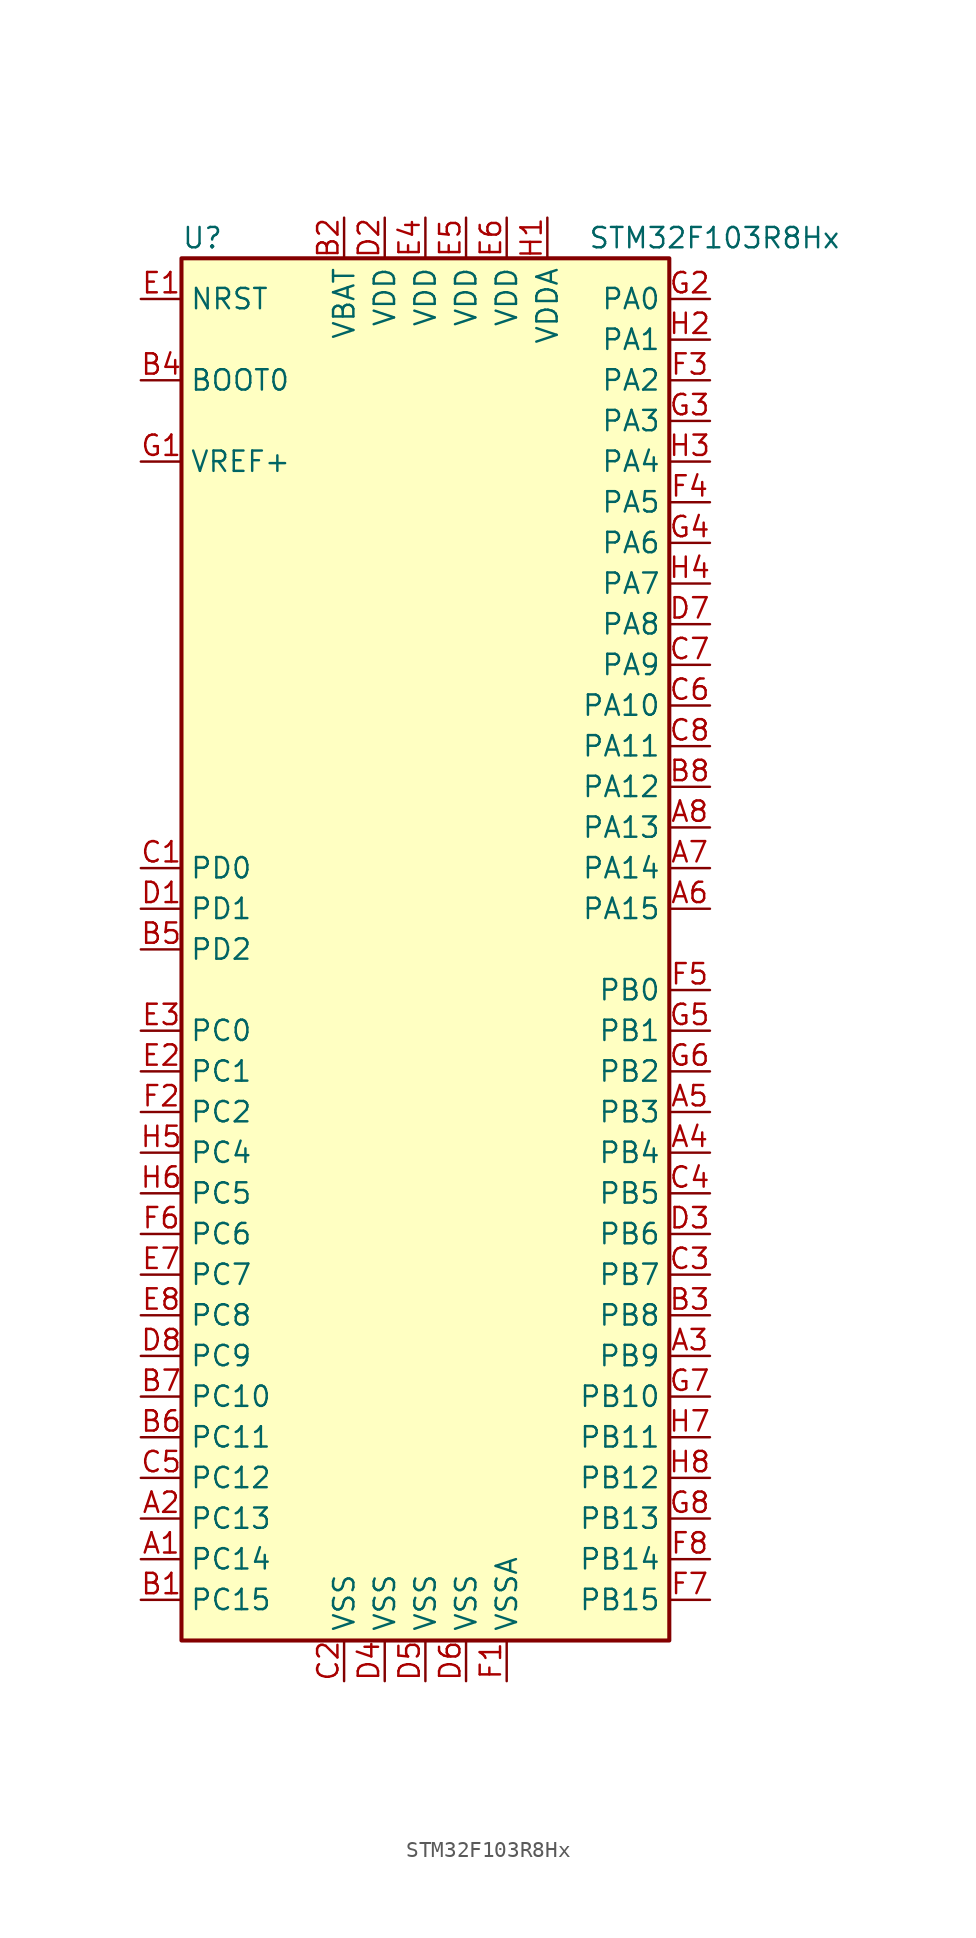
<source format=kicad_sym>
(kicad_symbol_lib
  (version 20201005)
  (generator kicad_symbol_editor)
  (symbol "STM32F103R8Hx"
    (property "Reference" "U"
      (at -15.24 44.45 0)
      (effects (font (size 1.27 1.27)) (justify left)))
    (property "Value" "STM32F103R8Hx"
      (at 10.16 44.45 0)
      (effects (font (size 1.27 1.27)) (justify left)))
    (symbol "STM32F103R8Hx_0_1"
      (rectangle (start -15.24 -43.18) (end 15.24 43.18) (stroke (width 0.254)) (fill (type background))))
    (symbol "STM32F103R8Hx_1_1"
      (pin bidirectional line (at -17.78 -38.1 0) (length 2.54) (name "PC14" (effects (font (size 1.27 1.27)))) (number "A1" (effects (font (size 1.27 1.27)))))
      (pin bidirectional line (at -17.78 -35.56 0) (length 2.54) (name "PC13" (effects (font (size 1.27 1.27)))) (number "A2" (effects (font (size 1.27 1.27)))))
      (pin bidirectional line (at 17.78 -25.4 180) (length 2.54) (name "PB9" (effects (font (size 1.27 1.27)))) (number "A3" (effects (font (size 1.27 1.27)))))
      (pin bidirectional line (at 17.78 -12.7 180) (length 2.54) (name "PB4" (effects (font (size 1.27 1.27)))) (number "A4" (effects (font (size 1.27 1.27)))))
      (pin bidirectional line (at 17.78 -10.16 180) (length 2.54) (name "PB3" (effects (font (size 1.27 1.27)))) (number "A5" (effects (font (size 1.27 1.27)))))
      (pin bidirectional line (at 17.78 2.54 180) (length 2.54) (name "PA15" (effects (font (size 1.27 1.27)))) (number "A6" (effects (font (size 1.27 1.27)))))
      (pin bidirectional line (at 17.78 5.08 180) (length 2.54) (name "PA14" (effects (font (size 1.27 1.27)))) (number "A7" (effects (font (size 1.27 1.27)))))
      (pin bidirectional line (at 17.78 7.62 180) (length 2.54) (name "PA13" (effects (font (size 1.27 1.27)))) (number "A8" (effects (font (size 1.27 1.27)))))
      (pin bidirectional line (at -17.78 -40.64 0) (length 2.54) (name "PC15" (effects (font (size 1.27 1.27)))) (number "B1" (effects (font (size 1.27 1.27)))))
      (pin power_in line (at -5.08 45.72 270) (length 2.54) (name "VBAT" (effects (font (size 1.27 1.27)))) (number "B2" (effects (font (size 1.27 1.27)))))
      (pin bidirectional line (at 17.78 -22.86 180) (length 2.54) (name "PB8" (effects (font (size 1.27 1.27)))) (number "B3" (effects (font (size 1.27 1.27)))))
      (pin input line (at -17.78 35.56 0) (length 2.54) (name "BOOT0" (effects (font (size 1.27 1.27)))) (number "B4" (effects (font (size 1.27 1.27)))))
      (pin bidirectional line (at -17.78 0 0) (length 2.54) (name "PD2" (effects (font (size 1.27 1.27)))) (number "B5" (effects (font (size 1.27 1.27)))))
      (pin bidirectional line (at -17.78 -30.48 0) (length 2.54) (name "PC11" (effects (font (size 1.27 1.27)))) (number "B6" (effects (font (size 1.27 1.27)))))
      (pin bidirectional line (at -17.78 -27.94 0) (length 2.54) (name "PC10" (effects (font (size 1.27 1.27)))) (number "B7" (effects (font (size 1.27 1.27)))))
      (pin bidirectional line (at 17.78 10.16 180) (length 2.54) (name "PA12" (effects (font (size 1.27 1.27)))) (number "B8" (effects (font (size 1.27 1.27)))))
      (pin input line (at -17.78 5.08 0) (length 2.54) (name "PD0" (effects (font (size 1.27 1.27)))) (number "C1" (effects (font (size 1.27 1.27)))))
      (pin power_in line (at -5.08 -45.72 90) (length 2.54) (name "VSS" (effects (font (size 1.27 1.27)))) (number "C2" (effects (font (size 1.27 1.27)))))
      (pin bidirectional line (at 17.78 -20.32 180) (length 2.54) (name "PB7" (effects (font (size 1.27 1.27)))) (number "C3" (effects (font (size 1.27 1.27)))))
      (pin bidirectional line (at 17.78 -15.24 180) (length 2.54) (name "PB5" (effects (font (size 1.27 1.27)))) (number "C4" (effects (font (size 1.27 1.27)))))
      (pin bidirectional line (at -17.78 -33.02 0) (length 2.54) (name "PC12" (effects (font (size 1.27 1.27)))) (number "C5" (effects (font (size 1.27 1.27)))))
      (pin bidirectional line (at 17.78 15.24 180) (length 2.54) (name "PA10" (effects (font (size 1.27 1.27)))) (number "C6" (effects (font (size 1.27 1.27)))))
      (pin bidirectional line (at 17.78 17.78 180) (length 2.54) (name "PA9" (effects (font (size 1.27 1.27)))) (number "C7" (effects (font (size 1.27 1.27)))))
      (pin bidirectional line (at 17.78 12.7 180) (length 2.54) (name "PA11" (effects (font (size 1.27 1.27)))) (number "C8" (effects (font (size 1.27 1.27)))))
      (pin input line (at -17.78 2.54 0) (length 2.54) (name "PD1" (effects (font (size 1.27 1.27)))) (number "D1" (effects (font (size 1.27 1.27)))))
      (pin power_in line (at -2.54 45.72 270) (length 2.54) (name "VDD" (effects (font (size 1.27 1.27)))) (number "D2" (effects (font (size 1.27 1.27)))))
      (pin bidirectional line (at 17.78 -17.78 180) (length 2.54) (name "PB6" (effects (font (size 1.27 1.27)))) (number "D3" (effects (font (size 1.27 1.27)))))
      (pin power_in line (at -2.54 -45.72 90) (length 2.54) (name "VSS" (effects (font (size 1.27 1.27)))) (number "D4" (effects (font (size 1.27 1.27)))))
      (pin power_in line (at 0 -45.72 90) (length 2.54) (name "VSS" (effects (font (size 1.27 1.27)))) (number "D5" (effects (font (size 1.27 1.27)))))
      (pin power_in line (at 2.54 -45.72 90) (length 2.54) (name "VSS" (effects (font (size 1.27 1.27)))) (number "D6" (effects (font (size 1.27 1.27)))))
      (pin bidirectional line (at 17.78 20.32 180) (length 2.54) (name "PA8" (effects (font (size 1.27 1.27)))) (number "D7" (effects (font (size 1.27 1.27)))))
      (pin bidirectional line (at -17.78 -25.4 0) (length 2.54) (name "PC9" (effects (font (size 1.27 1.27)))) (number "D8" (effects (font (size 1.27 1.27)))))
      (pin input line (at -17.78 40.64 0) (length 2.54) (name "NRST" (effects (font (size 1.27 1.27)))) (number "E1" (effects (font (size 1.27 1.27)))))
      (pin bidirectional line (at -17.78 -7.62 0) (length 2.54) (name "PC1" (effects (font (size 1.27 1.27)))) (number "E2" (effects (font (size 1.27 1.27)))))
      (pin bidirectional line (at -17.78 -5.08 0) (length 2.54) (name "PC0" (effects (font (size 1.27 1.27)))) (number "E3" (effects (font (size 1.27 1.27)))))
      (pin power_in line (at 0 45.72 270) (length 2.54) (name "VDD" (effects (font (size 1.27 1.27)))) (number "E4" (effects (font (size 1.27 1.27)))))
      (pin power_in line (at 2.54 45.72 270) (length 2.54) (name "VDD" (effects (font (size 1.27 1.27)))) (number "E5" (effects (font (size 1.27 1.27)))))
      (pin power_in line (at 5.08 45.72 270) (length 2.54) (name "VDD" (effects (font (size 1.27 1.27)))) (number "E6" (effects (font (size 1.27 1.27)))))
      (pin bidirectional line (at -17.78 -20.32 0) (length 2.54) (name "PC7" (effects (font (size 1.27 1.27)))) (number "E7" (effects (font (size 1.27 1.27)))))
      (pin bidirectional line (at -17.78 -22.86 0) (length 2.54) (name "PC8" (effects (font (size 1.27 1.27)))) (number "E8" (effects (font (size 1.27 1.27)))))
      (pin power_in line (at 5.08 -45.72 90) (length 2.54) (name "VSSA" (effects (font (size 1.27 1.27)))) (number "F1" (effects (font (size 1.27 1.27)))))
      (pin bidirectional line (at -17.78 -10.16 0) (length 2.54) (name "PC2" (effects (font (size 1.27 1.27)))) (number "F2" (effects (font (size 1.27 1.27)))))
      (pin bidirectional line (at 17.78 35.56 180) (length 2.54) (name "PA2" (effects (font (size 1.27 1.27)))) (number "F3" (effects (font (size 1.27 1.27)))))
      (pin bidirectional line (at 17.78 27.94 180) (length 2.54) (name "PA5" (effects (font (size 1.27 1.27)))) (number "F4" (effects (font (size 1.27 1.27)))))
      (pin bidirectional line (at 17.78 -2.54 180) (length 2.54) (name "PB0" (effects (font (size 1.27 1.27)))) (number "F5" (effects (font (size 1.27 1.27)))))
      (pin bidirectional line (at -17.78 -17.78 0) (length 2.54) (name "PC6" (effects (font (size 1.27 1.27)))) (number "F6" (effects (font (size 1.27 1.27)))))
      (pin bidirectional line (at 17.78 -40.64 180) (length 2.54) (name "PB15" (effects (font (size 1.27 1.27)))) (number "F7" (effects (font (size 1.27 1.27)))))
      (pin bidirectional line (at 17.78 -38.1 180) (length 2.54) (name "PB14" (effects (font (size 1.27 1.27)))) (number "F8" (effects (font (size 1.27 1.27)))))
      (pin power_in line (at -17.78 30.48 0) (length 2.54) (name "VREF+" (effects (font (size 1.27 1.27)))) (number "G1" (effects (font (size 1.27 1.27)))))
      (pin bidirectional line (at 17.78 40.64 180) (length 2.54) (name "PA0" (effects (font (size 1.27 1.27)))) (number "G2" (effects (font (size 1.27 1.27)))))
      (pin bidirectional line (at 17.78 33.02 180) (length 2.54) (name "PA3" (effects (font (size 1.27 1.27)))) (number "G3" (effects (font (size 1.27 1.27)))))
      (pin bidirectional line (at 17.78 25.4 180) (length 2.54) (name "PA6" (effects (font (size 1.27 1.27)))) (number "G4" (effects (font (size 1.27 1.27)))))
      (pin bidirectional line (at 17.78 -5.08 180) (length 2.54) (name "PB1" (effects (font (size 1.27 1.27)))) (number "G5" (effects (font (size 1.27 1.27)))))
      (pin bidirectional line (at 17.78 -7.62 180) (length 2.54) (name "PB2" (effects (font (size 1.27 1.27)))) (number "G6" (effects (font (size 1.27 1.27)))))
      (pin bidirectional line (at 17.78 -27.94 180) (length 2.54) (name "PB10" (effects (font (size 1.27 1.27)))) (number "G7" (effects (font (size 1.27 1.27)))))
      (pin bidirectional line (at 17.78 -35.56 180) (length 2.54) (name "PB13" (effects (font (size 1.27 1.27)))) (number "G8" (effects (font (size 1.27 1.27)))))
      (pin power_in line (at 7.62 45.72 270) (length 2.54) (name "VDDA" (effects (font (size 1.27 1.27)))) (number "H1" (effects (font (size 1.27 1.27)))))
      (pin bidirectional line (at 17.78 38.1 180) (length 2.54) (name "PA1" (effects (font (size 1.27 1.27)))) (number "H2" (effects (font (size 1.27 1.27)))))
      (pin bidirectional line (at 17.78 30.48 180) (length 2.54) (name "PA4" (effects (font (size 1.27 1.27)))) (number "H3" (effects (font (size 1.27 1.27)))))
      (pin bidirectional line (at 17.78 22.86 180) (length 2.54) (name "PA7" (effects (font (size 1.27 1.27)))) (number "H4" (effects (font (size 1.27 1.27)))))
      (pin bidirectional line (at -17.78 -12.7 0) (length 2.54) (name "PC4" (effects (font (size 1.27 1.27)))) (number "H5" (effects (font (size 1.27 1.27)))))
      (pin bidirectional line (at -17.78 -15.24 0) (length 2.54) (name "PC5" (effects (font (size 1.27 1.27)))) (number "H6" (effects (font (size 1.27 1.27)))))
      (pin bidirectional line (at 17.78 -30.48 180) (length 2.54) (name "PB11" (effects (font (size 1.27 1.27)))) (number "H7" (effects (font (size 1.27 1.27)))))
      (pin bidirectional line (at 17.78 -33.02 180) (length 2.54) (name "PB12" (effects (font (size 1.27 1.27)))) (number "H8" (effects (font (size 1.27 1.27))))))))
</source>
